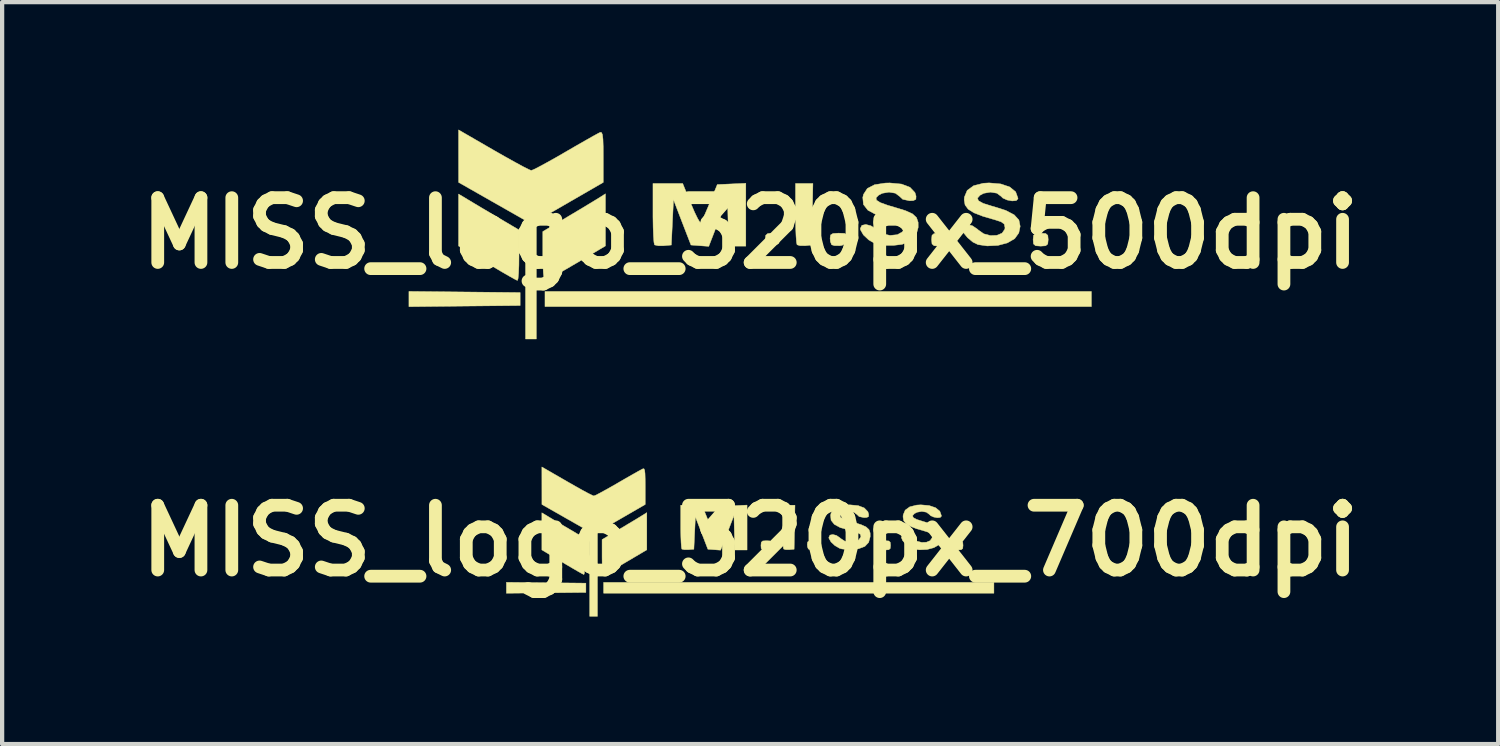
<source format=kicad_pcb>
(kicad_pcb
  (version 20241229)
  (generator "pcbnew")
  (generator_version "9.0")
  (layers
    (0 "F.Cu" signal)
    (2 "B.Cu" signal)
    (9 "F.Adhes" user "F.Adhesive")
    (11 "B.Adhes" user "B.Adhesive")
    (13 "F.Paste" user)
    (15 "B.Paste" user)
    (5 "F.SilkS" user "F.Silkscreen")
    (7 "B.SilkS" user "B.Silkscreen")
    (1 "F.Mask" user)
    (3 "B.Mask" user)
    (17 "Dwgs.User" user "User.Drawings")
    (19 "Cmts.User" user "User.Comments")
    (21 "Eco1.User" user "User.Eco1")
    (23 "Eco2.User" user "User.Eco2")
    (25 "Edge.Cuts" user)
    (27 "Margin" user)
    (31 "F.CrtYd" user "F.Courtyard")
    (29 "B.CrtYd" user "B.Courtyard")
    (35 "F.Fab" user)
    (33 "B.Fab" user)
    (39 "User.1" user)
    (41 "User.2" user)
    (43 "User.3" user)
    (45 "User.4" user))
  (footprint "MISS_logo_320px_500dpi"
    (layer "F.Cu")
    (at 14.594 2.434)
    (property "Reference" "MISS_logo_320px_500dpi" (at 0 0 0) (layer "F.SilkS") (effects (font (size 1.524 1.524) (thickness 0.3))))
    (attr through_hole)
    (fp_poly (pts (xy 8.026 1.727) (xy -4.826 1.727) (xy -4.826 1.372) (xy 8.026 1.372) (xy 8.026 1.727)) (stroke (width 0.01) (type solid)) (fill yes) (layer "F.SilkS"))
    (fp_poly (pts (xy -5.41 1.397) (xy -5.41 1.702) (xy -6.718 1.715) (xy -8.026 1.729) (xy -8.026 1.37) (xy -5.41 1.397)) (stroke (width 0.01) (type solid)) (fill yes) (layer "F.SilkS"))
    (fp_poly (pts (xy 1.462 -0.445) (xy 1.448 0.279) (xy 1.294 0.295) (xy 1.173 0.294) (xy 1.103 0.273) (xy 1.09 0.212) (xy 1.079 0.068) (xy 1.071 -0.138) (xy 1.067 -0.386) (xy 1.067 -0.466) (xy 1.067 -1.168) (xy 1.476 -1.168) (xy 1.462 -0.445)) (stroke (width 0.01) (type solid)) (fill yes) (layer "F.SilkS"))
    (fp_poly (pts (xy 4.564 0.008) (xy 4.613 0.052) (xy 4.623 0.152) (xy 4.613 0.255) (xy 4.563 0.297) (xy 4.445 0.305) (xy 4.326 0.296) (xy 4.277 0.253) (xy 4.267 0.152) (xy 4.277 0.05) (xy 4.327 0.008) (xy 4.445 0) (xy 4.564 0.008)) (stroke (width 0.01) (type solid)) (fill yes) (layer "F.SilkS"))
    (fp_poly (pts (xy 6.952 0.008) (xy 7.001 0.052) (xy 7.01 0.152) (xy 7 0.255) (xy 6.95 0.297) (xy 6.833 0.305) (xy 6.713 0.296) (xy 6.664 0.253) (xy 6.655 0.152) (xy 6.665 0.05) (xy 6.715 0.008) (xy 6.833 0) (xy 6.952 0.008)) (stroke (width 0.01) (type solid)) (fill yes) (layer "F.SilkS"))
    (fp_poly (pts (xy 0.657 0.007) (xy 0.703 0.045) (xy 0.702 0.136) (xy 0.702 0.14) (xy 0.672 0.24) (xy 0.594 0.285) (xy 0.521 0.295) (xy 0.408 0.298) (xy 0.363 0.256) (xy 0.356 0.156) (xy 0.365 0.052) (xy 0.413 0.009) (xy 0.531 0.000004) (xy 0.537 0) (xy 0.657 0.007)) (stroke (width 0.01) (type solid)) (fill yes) (layer "F.SilkS"))
    (fp_poly (pts (xy 2.217 0.005) (xy 2.273 0.034) (xy 2.28 0.106) (xy 2.277 0.14) (xy 2.245 0.243) (xy 2.16 0.287) (xy 2.106 0.295) (xy 1.986 0.294) (xy 1.916 0.273) (xy 1.887 0.199) (xy 1.88 0.119) (xy 1.892 0.042) (xy 1.948 0.008) (xy 2.075 0.000019) (xy 2.086 0) (xy 2.217 0.005)) (stroke (width 0.01) (type solid)) (fill yes) (layer "F.SilkS"))
    (fp_poly (pts (xy -6.642 -0.79) (xy -6.507 -0.709) (xy -6.314 -0.594) (xy -6.091 -0.462) (xy -5.932 -0.368) (xy -5.437 -0.076) (xy -5.437 0.521) (xy -5.439 0.753) (xy -5.447 0.942) (xy -5.459 1.069) (xy -5.474 1.113) (xy -5.528 1.087) (xy -5.654 1.017) (xy -5.835 0.913) (xy -6.054 0.783) (xy -6.185 0.706) (xy -6.858 0.302) (xy -6.858 -0.92) (xy -6.642 -0.79)) (stroke (width 0.01) (type solid)) (fill yes) (layer "F.SilkS"))
    (fp_poly (pts (xy -3.404 0.3) (xy -4.095 0.709) (xy -4.333 0.848) (xy -4.542 0.967) (xy -4.705 1.057) (xy -4.807 1.109) (xy -4.831 1.118) (xy -4.849 1.07) (xy -4.864 0.941) (xy -4.874 0.751) (xy -4.877 0.54) (xy -4.877 -0.038) (xy -4.255 -0.408) (xy -4.02 -0.548) (xy -3.809 -0.675) (xy -3.641 -0.777) (xy -3.535 -0.842) (xy -3.518 -0.853) (xy -3.404 -0.926) (xy -3.404 0.3)) (stroke (width 0.01) (type solid)) (fill yes) (layer "F.SilkS"))
    (fp_poly (pts (xy -6.033 -1.952) (xy -5.77 -1.802) (xy -5.535 -1.671) (xy -5.344 -1.567) (xy -5.21 -1.499) (xy -5.149 -1.474) (xy -5.149 -1.474) (xy -5.088 -1.498) (xy -4.955 -1.566) (xy -4.767 -1.668) (xy -4.537 -1.797) (xy -4.346 -1.908) (xy -4.094 -2.054) (xy -3.87 -2.182) (xy -3.69 -2.284) (xy -3.569 -2.35) (xy -3.527 -2.371) (xy -3.496 -2.367) (xy -3.475 -2.319) (xy -3.462 -2.212) (xy -3.456 -2.031) (xy -3.455 -1.796) (xy -3.455 -1.194) (xy -5.029 -0.285) (xy -5.029 2.489) (xy -5.283 2.489) (xy -5.283 -0.298) (xy -6.07 -0.746) (xy -6.857 -1.194) (xy -6.858 -1.811) (xy -6.858 -2.429) (xy -6.033 -1.952)) (stroke (width 0.01) (type solid)) (fill yes) (layer "F.SilkS"))
    (fp_poly (pts (xy -0.102 0.305) (xy -0.505 0.305) (xy -0.519 -0.262) (xy -0.533 -0.828) (xy -0.974 0.31) (xy -1.183 0.295) (xy -1.392 0.279) (xy -1.598 -0.254) (xy -1.803 -0.787) (xy -1.854 0.279) (xy -2.034 0.295) (xy -2.163 0.295) (xy -2.245 0.277) (xy -2.25 0.273) (xy -2.263 0.212) (xy -2.274 0.068) (xy -2.282 -0.138) (xy -2.286 -0.386) (xy -2.286 -0.466) (xy -2.286 -1.168) (xy -1.937 -1.168) (xy -1.587 -1.168) (xy -1.391 -0.688) (xy -1.307 -0.492) (xy -1.234 -0.342) (xy -1.181 -0.256) (xy -1.161 -0.243) (xy -1.128 -0.304) (xy -1.068 -0.435) (xy -0.991 -0.614) (xy -0.951 -0.711) (xy -0.773 -1.143) (xy -0.438 -1.158) (xy -0.102 -1.173) (xy -0.102 0.305)) (stroke (width 0.01) (type solid)) (fill yes) (layer "F.SilkS"))
    (fp_poly (pts (xy 3.559 -1.155) (xy 3.759 -1.079) (xy 3.876 -0.955) (xy 3.902 -0.871) (xy 3.898 -0.796) (xy 3.838 -0.766) (xy 3.75 -0.762) (xy 3.589 -0.796) (xy 3.517 -0.864) (xy 3.416 -0.94) (xy 3.266 -0.965) (xy 3.107 -0.938) (xy 3.02 -0.892) (xy 2.961 -0.831) (xy 2.972 -0.775) (xy 3.06 -0.719) (xy 3.234 -0.656) (xy 3.407 -0.605) (xy 3.656 -0.528) (xy 3.82 -0.453) (xy 3.913 -0.366) (xy 3.951 -0.255) (xy 3.952 -0.135) (xy 3.901 0.055) (xy 3.777 0.186) (xy 3.574 0.263) (xy 3.366 0.288) (xy 3.18 0.288) (xy 3.018 0.27) (xy 2.946 0.25) (xy 2.789 0.159) (xy 2.663 0.04) (xy 2.596 -0.077) (xy 2.591 -0.11) (xy 2.628 -0.184) (xy 2.721 -0.204) (xy 2.841 -0.173) (xy 2.96 -0.093) (xy 2.976 -0.076) (xy 3.115 0.015) (xy 3.291 0.053) (xy 3.462 0.036) (xy 3.578 -0.029) (xy 3.647 -0.127) (xy 3.632 -0.207) (xy 3.528 -0.275) (xy 3.329 -0.335) (xy 3.261 -0.35) (xy 2.967 -0.433) (xy 2.769 -0.54) (xy 2.664 -0.675) (xy 2.649 -0.839) (xy 2.666 -0.912) (xy 2.756 -1.051) (xy 2.925 -1.139) (xy 3.177 -1.178) (xy 3.282 -1.181) (xy 3.559 -1.155)) (stroke (width 0.01) (type solid)) (fill yes) (layer "F.SilkS"))
    (fp_poly (pts (xy 5.894 -1.158) (xy 6.106 -1.086) (xy 6.245 -0.972) (xy 6.299 -0.822) (xy 6.299 -0.809) (xy 6.259 -0.766) (xy 6.161 -0.758) (xy 6.044 -0.78) (xy 5.942 -0.826) (xy 5.905 -0.864) (xy 5.804 -0.94) (xy 5.654 -0.965) (xy 5.495 -0.938) (xy 5.407 -0.892) (xy 5.347 -0.824) (xy 5.37 -0.762) (xy 5.48 -0.701) (xy 5.685 -0.636) (xy 5.719 -0.628) (xy 6.012 -0.535) (xy 6.21 -0.431) (xy 6.321 -0.309) (xy 6.351 -0.161) (xy 6.319 -0.006) (xy 6.222 0.129) (xy 6.05 0.229) (xy 5.827 0.288) (xy 5.575 0.3) (xy 5.359 0.269) (xy 5.238 0.21) (xy 5.114 0.106) (xy 5.017 -0.012) (xy 4.978 -0.111) (xy 5.016 -0.185) (xy 5.109 -0.204) (xy 5.229 -0.173) (xy 5.347 -0.093) (xy 5.364 -0.076) (xy 5.494 0.015) (xy 5.649 0.057) (xy 5.802 0.051) (xy 5.925 -0.000229) (xy 5.99 -0.094) (xy 5.994 -0.13) (xy 5.976 -0.213) (xy 5.903 -0.267) (xy 5.779 -0.308) (xy 5.477 -0.396) (xy 5.265 -0.478) (xy 5.128 -0.564) (xy 5.055 -0.663) (xy 5.034 -0.782) (xy 5.039 -0.848) (xy 5.105 -1.006) (xy 5.256 -1.116) (xy 5.484 -1.174) (xy 5.62 -1.182) (xy 5.894 -1.158)) (stroke (width 0.01) (type solid)) (fill yes) (layer "F.SilkS")))
  (footprint "MISS_logo_320px_700dpi"
    (layer "F.Cu")
    (at 14.594 9.668)
    (property "Reference" "MISS_logo_320px_700dpi" (at 0 0 0) (layer "F.SilkS") (effects (font (size 1.524 1.524) (thickness 0.3))))
    (attr through_hole)
    (fp_poly (pts (xy -3.864 0.998) (xy -3.864 1.216) (xy -5.733 1.235) (xy -5.733 0.978) (xy -3.864 0.998)) (stroke (width 0.01) (type solid)) (fill yes) (layer "F.SilkS"))
    (fp_poly (pts (xy 5.733 1.234) (xy -3.447 1.234) (xy -3.447 0.98) (xy 5.733 0.98) (xy 5.733 1.234)) (stroke (width 0.01) (type solid)) (fill yes) (layer "F.SilkS"))
    (fp_poly (pts (xy 1.044 -0.318) (xy 1.034 0.2) (xy 0.924 0.21) (xy 0.838 0.21) (xy 0.788 0.195) (xy 0.778 0.151) (xy 0.771 0.049) (xy 0.765 -0.098) (xy 0.762 -0.276) (xy 0.762 -0.333) (xy 0.762 -0.835) (xy 1.054 -0.835) (xy 1.044 -0.318)) (stroke (width 0.01) (type solid)) (fill yes) (layer "F.SilkS"))
    (fp_poly (pts (xy 3.26 0.006) (xy 3.295 0.037) (xy 3.302 0.109) (xy 3.295 0.182) (xy 3.259 0.212) (xy 3.175 0.218) (xy 3.09 0.212) (xy 3.055 0.181) (xy 3.048 0.109) (xy 3.055 0.036) (xy 3.091 0.006) (xy 3.175 0) (xy 3.26 0.006)) (stroke (width 0.01) (type solid)) (fill yes) (layer "F.SilkS"))
    (fp_poly (pts (xy 4.966 0.006) (xy 5.001 0.037) (xy 5.007 0.109) (xy 5 0.182) (xy 4.964 0.212) (xy 4.88 0.218) (xy 4.795 0.212) (xy 4.76 0.181) (xy 4.753 0.109) (xy 4.761 0.036) (xy 4.796 0.006) (xy 4.88 0) (xy 4.966 0.006)) (stroke (width 0.01) (type solid)) (fill yes) (layer "F.SilkS"))
    (fp_poly (pts (xy 0.469 0.005) (xy 0.502 0.032) (xy 0.502 0.097) (xy 0.501 0.1) (xy 0.48 0.172) (xy 0.424 0.203) (xy 0.372 0.211) (xy 0.291 0.213) (xy 0.259 0.183) (xy 0.254 0.111) (xy 0.261 0.037) (xy 0.295 0.006) (xy 0.38 0.000003) (xy 0.383 0) (xy 0.469 0.005)) (stroke (width 0.01) (type solid)) (fill yes) (layer "F.SilkS"))
    (fp_poly (pts (xy 1.584 0.004) (xy 1.623 0.024) (xy 1.629 0.076) (xy 1.626 0.1) (xy 1.603 0.174) (xy 1.543 0.205) (xy 1.505 0.21) (xy 1.419 0.21) (xy 1.368 0.195) (xy 1.348 0.142) (xy 1.343 0.085) (xy 1.351 0.03) (xy 1.391 0.006) (xy 1.482 0.000014) (xy 1.49 0) (xy 1.584 0.004)) (stroke (width 0.01) (type solid)) (fill yes) (layer "F.SilkS"))
    (fp_poly (pts (xy -4.744 -0.564) (xy -4.648 -0.506) (xy -4.51 -0.424) (xy -4.351 -0.33) (xy -4.237 -0.263) (xy -3.884 -0.054) (xy -3.883 0.372) (xy -3.885 0.538) (xy -3.891 0.673) (xy -3.899 0.763) (xy -3.91 0.795) (xy -3.949 0.777) (xy -4.039 0.727) (xy -4.168 0.652) (xy -4.325 0.56) (xy -4.418 0.504) (xy -4.899 0.216) (xy -4.899 -0.657) (xy -4.744 -0.564)) (stroke (width 0.01) (type solid)) (fill yes) (layer "F.SilkS"))
    (fp_poly (pts (xy -2.431 0.214) (xy -2.925 0.506) (xy -3.095 0.606) (xy -3.244 0.691) (xy -3.361 0.755) (xy -3.433 0.792) (xy -3.451 0.798) (xy -3.464 0.764) (xy -3.474 0.672) (xy -3.481 0.537) (xy -3.483 0.386) (xy -3.483 -0.027) (xy -3.039 -0.292) (xy -2.872 -0.392) (xy -2.721 -0.482) (xy -2.601 -0.555) (xy -2.525 -0.602) (xy -2.513 -0.609) (xy -2.431 -0.661) (xy -2.431 0.214)) (stroke (width 0.01) (type solid)) (fill yes) (layer "F.SilkS"))
    (fp_poly (pts (xy -4.309 -1.394) (xy -4.121 -1.287) (xy -3.954 -1.193) (xy -3.817 -1.119) (xy -3.721 -1.071) (xy -3.678 -1.053) (xy -3.678 -1.053) (xy -3.634 -1.07) (xy -3.54 -1.118) (xy -3.405 -1.192) (xy -3.241 -1.284) (xy -3.104 -1.363) (xy -2.925 -1.467) (xy -2.765 -1.558) (xy -2.636 -1.631) (xy -2.549 -1.678) (xy -2.519 -1.693) (xy -2.497 -1.691) (xy -2.482 -1.657) (xy -2.473 -1.58) (xy -2.469 -1.451) (xy -2.468 -1.283) (xy -2.468 -0.853) (xy -3.03 -0.528) (xy -3.592 -0.204) (xy -3.592 1.778) (xy -3.774 1.778) (xy -3.774 -0.213) (xy -4.336 -0.533) (xy -4.898 -0.853) (xy -4.899 -1.735) (xy -4.309 -1.394)) (stroke (width 0.01) (type solid)) (fill yes) (layer "F.SilkS"))
    (fp_poly (pts (xy -0.073 0.218) (xy -0.36 0.218) (xy -0.371 -0.187) (xy -0.381 -0.592) (xy -0.538 -0.185) (xy -0.695 0.222) (xy -0.845 0.211) (xy -0.994 0.2) (xy -1.288 -0.562) (xy -1.324 0.2) (xy -1.453 0.21) (xy -1.545 0.211) (xy -1.603 0.198) (xy -1.607 0.195) (xy -1.616 0.151) (xy -1.624 0.049) (xy -1.63 -0.098) (xy -1.633 -0.276) (xy -1.633 -0.333) (xy -1.633 -0.835) (xy -1.134 -0.835) (xy -0.994 -0.491) (xy -0.934 -0.351) (xy -0.881 -0.244) (xy -0.844 -0.183) (xy -0.83 -0.174) (xy -0.806 -0.217) (xy -0.763 -0.311) (xy -0.708 -0.439) (xy -0.679 -0.508) (xy -0.552 -0.816) (xy -0.313 -0.827) (xy -0.073 -0.838) (xy -0.073 0.218)) (stroke (width 0.01) (type solid)) (fill yes) (layer "F.SilkS"))
    (fp_poly (pts (xy 2.542 -0.825) (xy 2.685 -0.77) (xy 2.769 -0.682) (xy 2.787 -0.622) (xy 2.785 -0.569) (xy 2.742 -0.547) (xy 2.678 -0.544) (xy 2.564 -0.568) (xy 2.512 -0.617) (xy 2.44 -0.671) (xy 2.333 -0.69) (xy 2.219 -0.67) (xy 2.157 -0.637) (xy 2.115 -0.594) (xy 2.123 -0.554) (xy 2.186 -0.514) (xy 2.31 -0.468) (xy 2.433 -0.432) (xy 2.611 -0.377) (xy 2.728 -0.323) (xy 2.795 -0.261) (xy 2.822 -0.182) (xy 2.823 -0.096) (xy 2.787 0.039) (xy 2.698 0.133) (xy 2.553 0.188) (xy 2.404 0.206) (xy 2.272 0.206) (xy 2.156 0.193) (xy 2.105 0.179) (xy 1.992 0.113) (xy 1.902 0.029) (xy 1.854 -0.055) (xy 1.851 -0.079) (xy 1.877 -0.132) (xy 1.944 -0.146) (xy 2.03 -0.124) (xy 2.114 -0.066) (xy 2.126 -0.054) (xy 2.225 0.01) (xy 2.351 0.038) (xy 2.473 0.025) (xy 2.556 -0.021) (xy 2.605 -0.091) (xy 2.594 -0.148) (xy 2.52 -0.196) (xy 2.378 -0.239) (xy 2.33 -0.25) (xy 2.119 -0.309) (xy 1.978 -0.386) (xy 1.903 -0.482) (xy 1.892 -0.6) (xy 1.904 -0.651) (xy 1.969 -0.751) (xy 2.089 -0.814) (xy 2.269 -0.842) (xy 2.344 -0.844) (xy 2.542 -0.825)) (stroke (width 0.01) (type solid)) (fill yes) (layer "F.SilkS"))
    (fp_poly (pts (xy 4.21 -0.827) (xy 4.361 -0.776) (xy 4.461 -0.694) (xy 4.499 -0.587) (xy 4.499 -0.578) (xy 4.47 -0.547) (xy 4.401 -0.541) (xy 4.317 -0.557) (xy 4.244 -0.59) (xy 4.218 -0.617) (xy 4.146 -0.671) (xy 4.038 -0.69) (xy 3.925 -0.67) (xy 3.862 -0.637) (xy 3.82 -0.589) (xy 3.836 -0.544) (xy 3.915 -0.501) (xy 4.061 -0.455) (xy 4.085 -0.448) (xy 4.294 -0.382) (xy 4.436 -0.308) (xy 4.515 -0.221) (xy 4.537 -0.115) (xy 4.513 -0.004) (xy 4.444 0.092) (xy 4.322 0.163) (xy 4.162 0.206) (xy 3.982 0.214) (xy 3.828 0.192) (xy 3.742 0.15) (xy 3.653 0.075) (xy 3.583 -0.009) (xy 3.556 -0.079) (xy 3.583 -0.132) (xy 3.649 -0.146) (xy 3.735 -0.124) (xy 3.82 -0.066) (xy 3.831 -0.054) (xy 3.924 0.011) (xy 4.035 0.04) (xy 4.144 0.036) (xy 4.232 -0.000163) (xy 4.279 -0.067) (xy 4.282 -0.093) (xy 4.268 -0.152) (xy 4.216 -0.191) (xy 4.128 -0.22) (xy 3.912 -0.283) (xy 3.761 -0.342) (xy 3.663 -0.403) (xy 3.611 -0.473) (xy 3.596 -0.559) (xy 3.599 -0.606) (xy 3.646 -0.719) (xy 3.754 -0.797) (xy 3.917 -0.838) (xy 4.014 -0.844) (xy 4.21 -0.827)) (stroke (width 0.01) (type solid)) (fill yes) (layer "F.SilkS")))
  (gr_rect
    (start -3 -3)
    (end 32.188 14.451)
    (stroke (width 0.1) (type default))
    (fill no)
    (layer "Edge.Cuts")))
</source>
